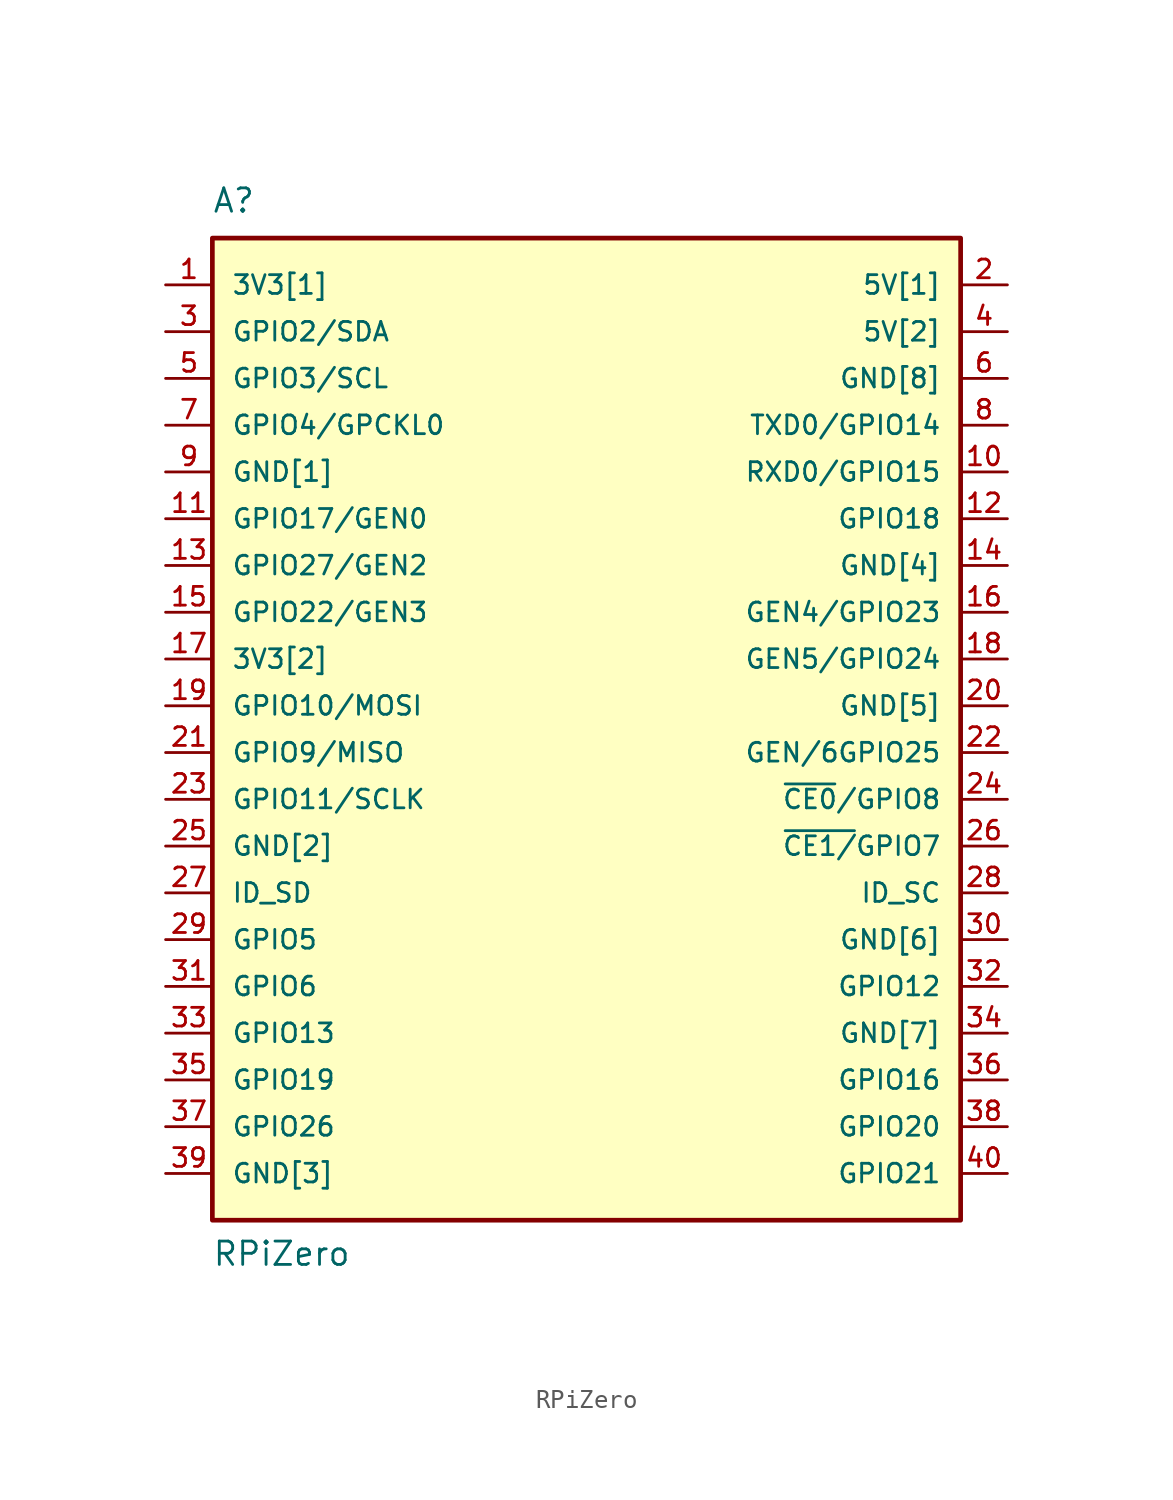
<source format=kicad_sym>
(kicad_symbol_lib
  (version 20211014)
  (generator kicad_symbol_editor)
  (symbol "RPiZero"
    (pin_names
      (offset 1.016))
    (property "Reference" "A"
      (at -20.345 26.695 0)
      (effects (font (size 1.27 1.27)) (justify left bottom)))
    (property "Value" "RPiZero"
      (at -20.345 -30.505 0)
      (effects (font (size 1.27 1.27)) (justify left bottom)))
    (property "ki_locked" ""
      (at 0 0 0)
      (effects (font (size 1.27 1.27))))
    (symbol "RPiZero_0_0"
      (rectangle (start -20.32 -27.94) (end 20.32 25.4) (stroke (width 0.254) (type default) (color 0 0 0 0)) (fill (type background)))
      (pin power_in line (at -22.86 22.86 0) (length 2.54) (name "3V3[1]" (effects (font (size 1.016 1.016)))) (number "1" (effects (font (size 1.016 1.016)))))
      (pin bidirectional line (at 22.86 12.7 180) (length 2.54) (name "RXD0/GPIO15" (effects (font (size 1.016 1.016)))) (number "10" (effects (font (size 1.016 1.016)))))
      (pin bidirectional line (at -22.86 10.16 0) (length 2.54) (name "GPIO17/GEN0" (effects (font (size 1.016 1.016)))) (number "11" (effects (font (size 1.016 1.016)))))
      (pin bidirectional line (at 22.86 10.16 180) (length 2.54) (name "GPIO18" (effects (font (size 1.016 1.016)))) (number "12" (effects (font (size 1.016 1.016)))))
      (pin bidirectional line (at -22.86 7.62 0) (length 2.54) (name "GPIO27/GEN2" (effects (font (size 1.016 1.016)))) (number "13" (effects (font (size 1.016 1.016)))))
      (pin power_in line (at 22.86 7.62 180) (length 2.54) (name "GND[4]" (effects (font (size 1.016 1.016)))) (number "14" (effects (font (size 1.016 1.016)))))
      (pin bidirectional line (at -22.86 5.08 0) (length 2.54) (name "GPIO22/GEN3" (effects (font (size 1.016 1.016)))) (number "15" (effects (font (size 1.016 1.016)))))
      (pin bidirectional line (at 22.86 5.08 180) (length 2.54) (name "GEN4/GPIO23" (effects (font (size 1.016 1.016)))) (number "16" (effects (font (size 1.016 1.016)))))
      (pin power_in line (at -22.86 2.54 0) (length 2.54) (name "3V3[2]" (effects (font (size 1.016 1.016)))) (number "17" (effects (font (size 1.016 1.016)))))
      (pin bidirectional line (at 22.86 2.54 180) (length 2.54) (name "GEN5/GPIO24" (effects (font (size 1.016 1.016)))) (number "18" (effects (font (size 1.016 1.016)))))
      (pin bidirectional line (at -22.86 0 0) (length 2.54) (name "GPIO10/MOSI" (effects (font (size 1.016 1.016)))) (number "19" (effects (font (size 1.016 1.016)))))
      (pin power_in line (at 22.86 22.86 180) (length 2.54) (name "5V[1]" (effects (font (size 1.016 1.016)))) (number "2" (effects (font (size 1.016 1.016)))))
      (pin power_in line (at 22.86 0 180) (length 2.54) (name "GND[5]" (effects (font (size 1.016 1.016)))) (number "20" (effects (font (size 1.016 1.016)))))
      (pin bidirectional line (at -22.86 -2.54 0) (length 2.54) (name "GPIO9/MISO" (effects (font (size 1.016 1.016)))) (number "21" (effects (font (size 1.016 1.016)))))
      (pin bidirectional line (at 22.86 -2.54 180) (length 2.54) (name "GEN/6GPIO25" (effects (font (size 1.016 1.016)))) (number "22" (effects (font (size 1.016 1.016)))))
      (pin bidirectional line (at -22.86 -5.08 0) (length 2.54) (name "GPIO11/SCLK" (effects (font (size 1.016 1.016)))) (number "23" (effects (font (size 1.016 1.016)))))
      (pin bidirectional line (at 22.86 -5.08 180) (length 2.54) (name "~{CE0}/GPIO8" (effects (font (size 1.016 1.016)))) (number "24" (effects (font (size 1.016 1.016)))))
      (pin power_in line (at -22.86 -7.62 0) (length 2.54) (name "GND[2]" (effects (font (size 1.016 1.016)))) (number "25" (effects (font (size 1.016 1.016)))))
      (pin bidirectional line (at 22.86 -7.62 180) (length 2.54) (name "~{CE1/}GPIO7" (effects (font (size 1.016 1.016)))) (number "26" (effects (font (size 1.016 1.016)))))
      (pin bidirectional line (at -22.86 -10.16 0) (length 2.54) (name "ID_SD" (effects (font (size 1.016 1.016)))) (number "27" (effects (font (size 1.016 1.016)))))
      (pin bidirectional line (at 22.86 -10.16 180) (length 2.54) (name "ID_SC" (effects (font (size 1.016 1.016)))) (number "28" (effects (font (size 1.016 1.016)))))
      (pin bidirectional line (at -22.86 -12.7 0) (length 2.54) (name "GPIO5" (effects (font (size 1.016 1.016)))) (number "29" (effects (font (size 1.016 1.016)))))
      (pin bidirectional line (at -22.86 20.32 0) (length 2.54) (name "GPIO2/SDA" (effects (font (size 1.016 1.016)))) (number "3" (effects (font (size 1.016 1.016)))))
      (pin power_in line (at 22.86 -12.7 180) (length 2.54) (name "GND[6]" (effects (font (size 1.016 1.016)))) (number "30" (effects (font (size 1.016 1.016)))))
      (pin bidirectional line (at -22.86 -15.24 0) (length 2.54) (name "GPIO6" (effects (font (size 1.016 1.016)))) (number "31" (effects (font (size 1.016 1.016)))))
      (pin bidirectional line (at 22.86 -15.24 180) (length 2.54) (name "GPIO12" (effects (font (size 1.016 1.016)))) (number "32" (effects (font (size 1.016 1.016)))))
      (pin bidirectional line (at -22.86 -17.78 0) (length 2.54) (name "GPIO13" (effects (font (size 1.016 1.016)))) (number "33" (effects (font (size 1.016 1.016)))))
      (pin power_in line (at 22.86 -17.78 180) (length 2.54) (name "GND[7]" (effects (font (size 1.016 1.016)))) (number "34" (effects (font (size 1.016 1.016)))))
      (pin bidirectional line (at -22.86 -20.32 0) (length 2.54) (name "GPIO19" (effects (font (size 1.016 1.016)))) (number "35" (effects (font (size 1.016 1.016)))))
      (pin bidirectional line (at 22.86 -20.32 180) (length 2.54) (name "GPIO16" (effects (font (size 1.016 1.016)))) (number "36" (effects (font (size 1.016 1.016)))))
      (pin bidirectional line (at -22.86 -22.86 0) (length 2.54) (name "GPIO26" (effects (font (size 1.016 1.016)))) (number "37" (effects (font (size 1.016 1.016)))))
      (pin bidirectional line (at 22.86 -22.86 180) (length 2.54) (name "GPIO20" (effects (font (size 1.016 1.016)))) (number "38" (effects (font (size 1.016 1.016)))))
      (pin power_in line (at -22.86 -25.4 0) (length 2.54) (name "GND[3]" (effects (font (size 1.016 1.016)))) (number "39" (effects (font (size 1.016 1.016)))))
      (pin power_in line (at 22.86 20.32 180) (length 2.54) (name "5V[2]" (effects (font (size 1.016 1.016)))) (number "4" (effects (font (size 1.016 1.016)))))
      (pin bidirectional line (at 22.86 -25.4 180) (length 2.54) (name "GPIO21" (effects (font (size 1.016 1.016)))) (number "40" (effects (font (size 1.016 1.016)))))
      (pin bidirectional line (at -22.86 17.78 0) (length 2.54) (name "GPIO3/SCL" (effects (font (size 1.016 1.016)))) (number "5" (effects (font (size 1.016 1.016)))))
      (pin power_in line (at 22.86 17.78 180) (length 2.54) (name "GND[8]" (effects (font (size 1.016 1.016)))) (number "6" (effects (font (size 1.016 1.016)))))
      (pin bidirectional line (at -22.86 15.24 0) (length 2.54) (name "GPIO4/GPCKL0" (effects (font (size 1.016 1.016)))) (number "7" (effects (font (size 1.016 1.016)))))
      (pin bidirectional line (at 22.86 15.24 180) (length 2.54) (name "TXD0/GPIO14" (effects (font (size 1.016 1.016)))) (number "8" (effects (font (size 1.016 1.016)))))
      (pin power_in line (at -22.86 12.7 0) (length 2.54) (name "GND[1]" (effects (font (size 1.016 1.016)))) (number "9" (effects (font (size 1.016 1.016))))))))
</source>
